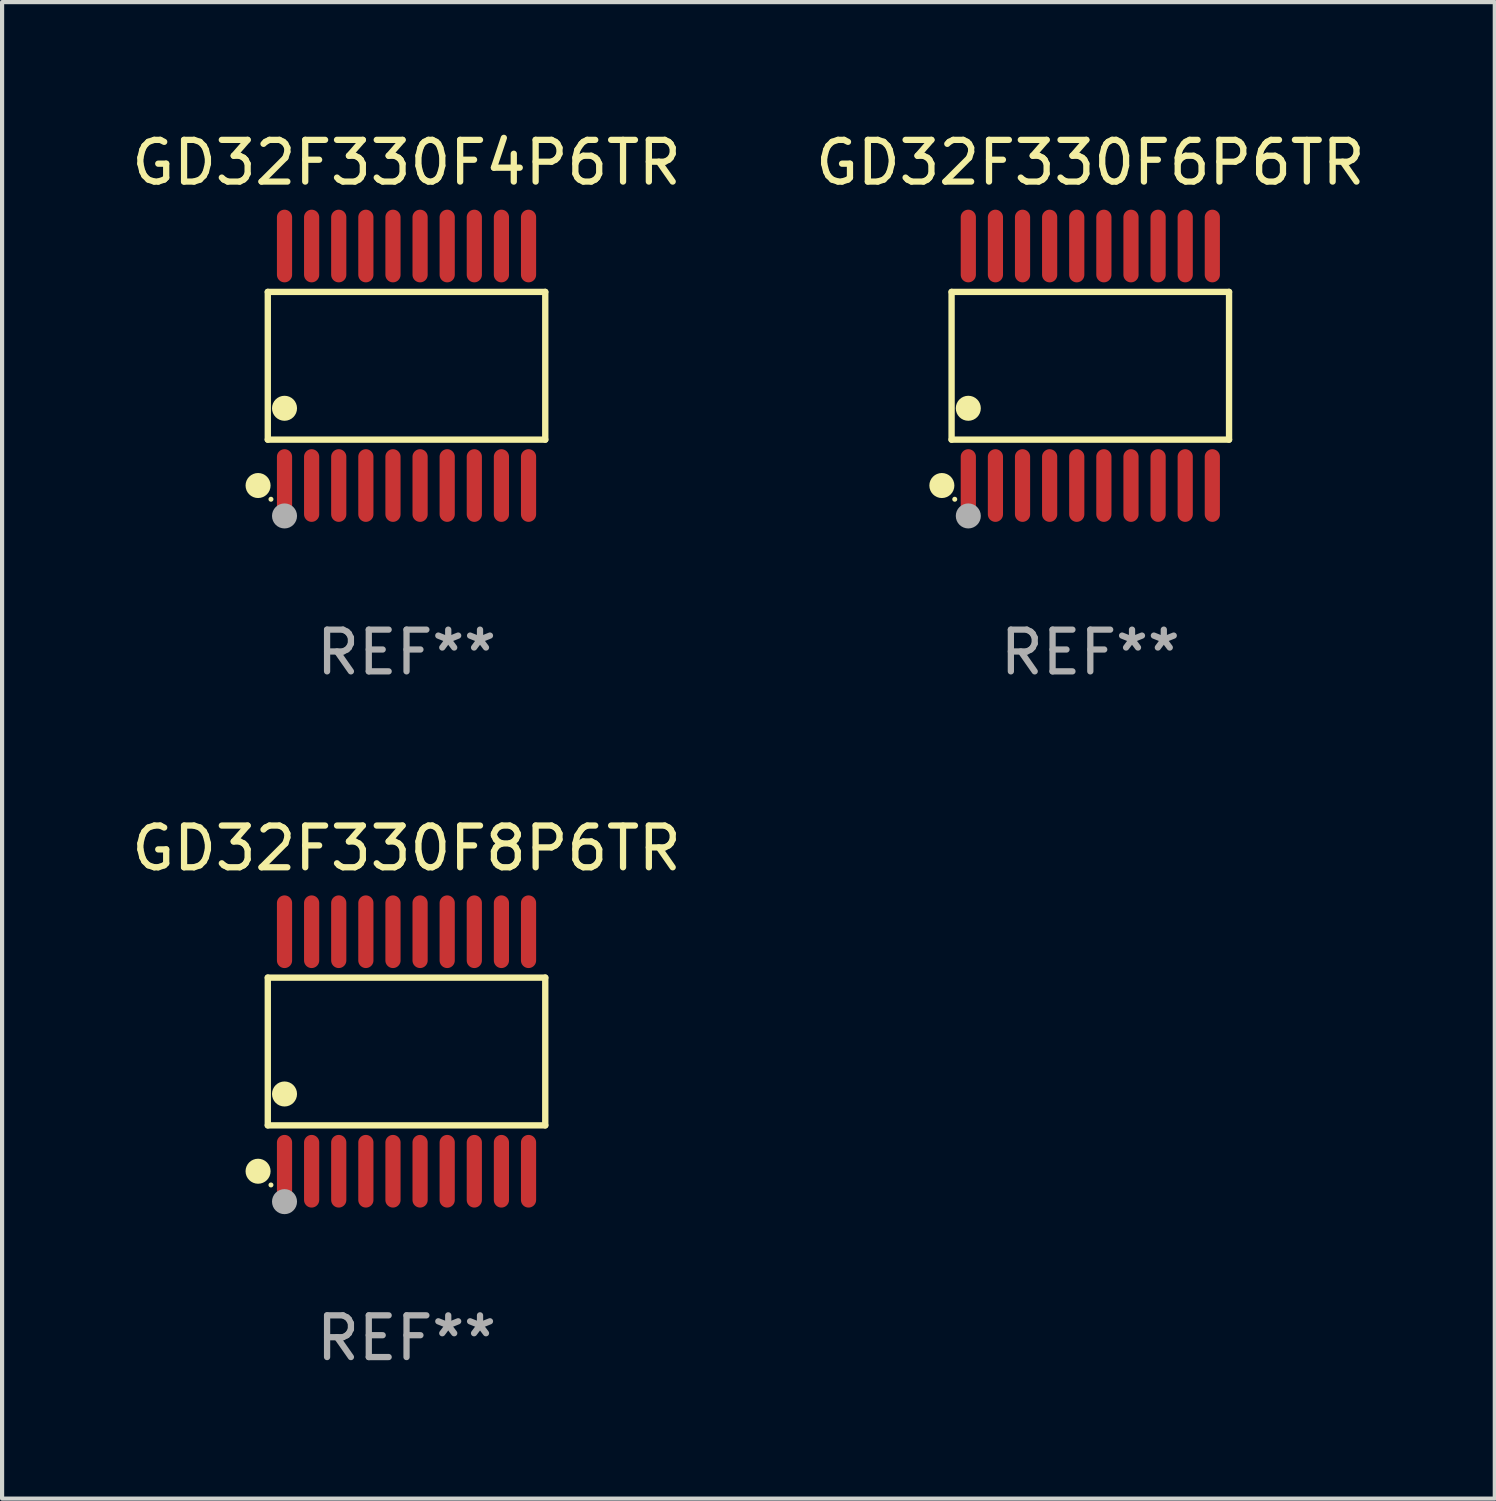
<source format=kicad_pcb>
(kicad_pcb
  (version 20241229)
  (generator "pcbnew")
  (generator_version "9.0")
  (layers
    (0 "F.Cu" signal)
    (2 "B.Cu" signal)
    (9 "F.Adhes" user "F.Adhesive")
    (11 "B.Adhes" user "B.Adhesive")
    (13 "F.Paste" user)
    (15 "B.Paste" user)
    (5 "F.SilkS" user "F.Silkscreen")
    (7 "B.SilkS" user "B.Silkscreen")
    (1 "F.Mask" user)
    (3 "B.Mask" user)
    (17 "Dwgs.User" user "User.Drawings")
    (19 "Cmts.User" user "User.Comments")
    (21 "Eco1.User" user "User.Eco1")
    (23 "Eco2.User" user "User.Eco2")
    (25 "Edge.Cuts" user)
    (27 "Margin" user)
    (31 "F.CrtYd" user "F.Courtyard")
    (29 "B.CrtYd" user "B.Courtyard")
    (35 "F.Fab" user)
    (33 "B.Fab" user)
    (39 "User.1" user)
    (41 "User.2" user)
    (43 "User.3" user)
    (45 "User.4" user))
  (footprint "GD32F330F8P6TR"
    (layer "F.Cu")
    (at 6.696 22.158)
    (property "Reference" "GD32F330F8P6TR" (at 0 -4.871 0) (layer "F.SilkS") (effects (font (size 1 1) (thickness 0.15))))
    (attr through_hole)
    (fp_line (start -3.326 -1.771) (end 3.326 -1.771) (stroke (width 0.152) (type solid)) (layer "F.SilkS"))
    (fp_line (start -3.326 1.771) (end -3.326 -1.771) (stroke (width 0.152) (type solid)) (layer "F.SilkS"))
    (fp_line (start 3.326 -1.771) (end 3.326 1.771) (stroke (width 0.152) (type solid)) (layer "F.SilkS"))
    (fp_line (start 3.326 1.771) (end -3.326 1.771) (stroke (width 0.152) (type solid)) (layer "F.SilkS"))
    (fp_circle (center -3.559 2.871) (end -3.409 2.871) (stroke (width 0.3) (type solid)) (fill no) (layer "F.SilkS"))
    (fp_circle (center -3.25 3.2) (end -3.22 3.2) (stroke (width 0.06) (type solid)) (fill no) (layer "F.SilkS"))
    (fp_circle (center -2.925 1.019) (end -2.775 1.019) (stroke (width 0.3) (type solid)) (fill no) (layer "F.SilkS"))
    (fp_circle (center -2.925 3.6) (end -2.775 3.6) (stroke (width 0.3) (type solid)) (fill no) (layer "F.Fab"))
    (fp_text user "REF**" (at 0 6.871 0) (layer "F.Fab") (effects (font (size 1 1) (thickness 0.15))))
    (pad "1" smd oval (at -2.925 2.871) (size 0.364 1.742) (layers "F.Cu" "F.Mask" "F.Paste"))
    (pad "2" smd oval (at -2.275 2.871) (size 0.364 1.742) (layers "F.Cu" "F.Mask" "F.Paste"))
    (pad "3" smd oval (at -1.625 2.871) (size 0.364 1.742) (layers "F.Cu" "F.Mask" "F.Paste"))
    (pad "4" smd oval (at -0.975 2.871) (size 0.364 1.742) (layers "F.Cu" "F.Mask" "F.Paste"))
    (pad "5" smd oval (at -0.325 2.871) (size 0.364 1.742) (layers "F.Cu" "F.Mask" "F.Paste"))
    (pad "6" smd oval (at 0.325 2.871) (size 0.364 1.742) (layers "F.Cu" "F.Mask" "F.Paste"))
    (pad "7" smd oval (at 0.975 2.871) (size 0.364 1.742) (layers "F.Cu" "F.Mask" "F.Paste"))
    (pad "8" smd oval (at 1.625 2.871) (size 0.364 1.742) (layers "F.Cu" "F.Mask" "F.Paste"))
    (pad "9" smd oval (at 2.275 2.871) (size 0.364 1.742) (layers "F.Cu" "F.Mask" "F.Paste"))
    (pad "10" smd oval (at 2.925 2.871) (size 0.364 1.742) (layers "F.Cu" "F.Mask" "F.Paste"))
    (pad "11" smd oval (at 2.925 -2.871) (size 0.364 1.742) (layers "F.Cu" "F.Mask" "F.Paste"))
    (pad "12" smd oval (at 2.275 -2.871) (size 0.364 1.742) (layers "F.Cu" "F.Mask" "F.Paste"))
    (pad "13" smd oval (at 1.625 -2.871) (size 0.364 1.742) (layers "F.Cu" "F.Mask" "F.Paste"))
    (pad "14" smd oval (at 0.975 -2.871) (size 0.364 1.742) (layers "F.Cu" "F.Mask" "F.Paste"))
    (pad "15" smd oval (at 0.325 -2.871) (size 0.364 1.742) (layers "F.Cu" "F.Mask" "F.Paste"))
    (pad "16" smd oval (at -0.325 -2.871) (size 0.364 1.742) (layers "F.Cu" "F.Mask" "F.Paste"))
    (pad "17" smd oval (at -0.975 -2.871) (size 0.364 1.742) (layers "F.Cu" "F.Mask" "F.Paste"))
    (pad "18" smd oval (at -1.625 -2.871) (size 0.364 1.742) (layers "F.Cu" "F.Mask" "F.Paste"))
    (pad "19" smd oval (at -2.275 -2.871) (size 0.364 1.742) (layers "F.Cu" "F.Mask" "F.Paste"))
    (pad "20" smd oval (at -2.925 -2.871) (size 0.364 1.742) (layers "F.Cu" "F.Mask" "F.Paste")))
  (footprint "GD32F330F6P6TR"
    (layer "F.Cu")
    (at 23.089 5.719)
    (property "Reference" "GD32F330F6P6TR" (at 0 -4.871 0) (layer "F.SilkS") (effects (font (size 1 1) (thickness 0.15))))
    (attr through_hole)
    (fp_line (start -3.326 -1.771) (end 3.326 -1.771) (stroke (width 0.152) (type solid)) (layer "F.SilkS"))
    (fp_line (start -3.326 1.771) (end -3.326 -1.771) (stroke (width 0.152) (type solid)) (layer "F.SilkS"))
    (fp_line (start 3.326 -1.771) (end 3.326 1.771) (stroke (width 0.152) (type solid)) (layer "F.SilkS"))
    (fp_line (start 3.326 1.771) (end -3.326 1.771) (stroke (width 0.152) (type solid)) (layer "F.SilkS"))
    (fp_circle (center -3.559 2.871) (end -3.409 2.871) (stroke (width 0.3) (type solid)) (fill no) (layer "F.SilkS"))
    (fp_circle (center -3.25 3.2) (end -3.22 3.2) (stroke (width 0.06) (type solid)) (fill no) (layer "F.SilkS"))
    (fp_circle (center -2.925 1.019) (end -2.775 1.019) (stroke (width 0.3) (type solid)) (fill no) (layer "F.SilkS"))
    (fp_circle (center -2.925 3.6) (end -2.775 3.6) (stroke (width 0.3) (type solid)) (fill no) (layer "F.Fab"))
    (fp_text user "REF**" (at 0 6.871 0) (layer "F.Fab") (effects (font (size 1 1) (thickness 0.15))))
    (pad "1" smd oval (at -2.925 2.871) (size 0.364 1.742) (layers "F.Cu" "F.Mask" "F.Paste"))
    (pad "2" smd oval (at -2.275 2.871) (size 0.364 1.742) (layers "F.Cu" "F.Mask" "F.Paste"))
    (pad "3" smd oval (at -1.625 2.871) (size 0.364 1.742) (layers "F.Cu" "F.Mask" "F.Paste"))
    (pad "4" smd oval (at -0.975 2.871) (size 0.364 1.742) (layers "F.Cu" "F.Mask" "F.Paste"))
    (pad "5" smd oval (at -0.325 2.871) (size 0.364 1.742) (layers "F.Cu" "F.Mask" "F.Paste"))
    (pad "6" smd oval (at 0.325 2.871) (size 0.364 1.742) (layers "F.Cu" "F.Mask" "F.Paste"))
    (pad "7" smd oval (at 0.975 2.871) (size 0.364 1.742) (layers "F.Cu" "F.Mask" "F.Paste"))
    (pad "8" smd oval (at 1.625 2.871) (size 0.364 1.742) (layers "F.Cu" "F.Mask" "F.Paste"))
    (pad "9" smd oval (at 2.275 2.871) (size 0.364 1.742) (layers "F.Cu" "F.Mask" "F.Paste"))
    (pad "10" smd oval (at 2.925 2.871) (size 0.364 1.742) (layers "F.Cu" "F.Mask" "F.Paste"))
    (pad "11" smd oval (at 2.925 -2.871) (size 0.364 1.742) (layers "F.Cu" "F.Mask" "F.Paste"))
    (pad "12" smd oval (at 2.275 -2.871) (size 0.364 1.742) (layers "F.Cu" "F.Mask" "F.Paste"))
    (pad "13" smd oval (at 1.625 -2.871) (size 0.364 1.742) (layers "F.Cu" "F.Mask" "F.Paste"))
    (pad "14" smd oval (at 0.975 -2.871) (size 0.364 1.742) (layers "F.Cu" "F.Mask" "F.Paste"))
    (pad "15" smd oval (at 0.325 -2.871) (size 0.364 1.742) (layers "F.Cu" "F.Mask" "F.Paste"))
    (pad "16" smd oval (at -0.325 -2.871) (size 0.364 1.742) (layers "F.Cu" "F.Mask" "F.Paste"))
    (pad "17" smd oval (at -0.975 -2.871) (size 0.364 1.742) (layers "F.Cu" "F.Mask" "F.Paste"))
    (pad "18" smd oval (at -1.625 -2.871) (size 0.364 1.742) (layers "F.Cu" "F.Mask" "F.Paste"))
    (pad "19" smd oval (at -2.275 -2.871) (size 0.364 1.742) (layers "F.Cu" "F.Mask" "F.Paste"))
    (pad "20" smd oval (at -2.925 -2.871) (size 0.364 1.742) (layers "F.Cu" "F.Mask" "F.Paste")))
  (footprint "GD32F330F4P6TR"
    (layer "F.Cu")
    (at 6.696 5.719)
    (property "Reference" "GD32F330F4P6TR" (at 0 -4.871 0) (layer "F.SilkS") (effects (font (size 1 1) (thickness 0.15))))
    (attr through_hole)
    (fp_line (start -3.326 -1.771) (end 3.326 -1.771) (stroke (width 0.152) (type solid)) (layer "F.SilkS"))
    (fp_line (start -3.326 1.771) (end -3.326 -1.771) (stroke (width 0.152) (type solid)) (layer "F.SilkS"))
    (fp_line (start 3.326 -1.771) (end 3.326 1.771) (stroke (width 0.152) (type solid)) (layer "F.SilkS"))
    (fp_line (start 3.326 1.771) (end -3.326 1.771) (stroke (width 0.152) (type solid)) (layer "F.SilkS"))
    (fp_circle (center -3.559 2.871) (end -3.409 2.871) (stroke (width 0.3) (type solid)) (fill no) (layer "F.SilkS"))
    (fp_circle (center -3.25 3.2) (end -3.22 3.2) (stroke (width 0.06) (type solid)) (fill no) (layer "F.SilkS"))
    (fp_circle (center -2.925 1.019) (end -2.775 1.019) (stroke (width 0.3) (type solid)) (fill no) (layer "F.SilkS"))
    (fp_circle (center -2.925 3.6) (end -2.775 3.6) (stroke (width 0.3) (type solid)) (fill no) (layer "F.Fab"))
    (fp_text user "REF**" (at 0 6.871 0) (layer "F.Fab") (effects (font (size 1 1) (thickness 0.15))))
    (pad "1" smd oval (at -2.925 2.871) (size 0.364 1.742) (layers "F.Cu" "F.Mask" "F.Paste"))
    (pad "2" smd oval (at -2.275 2.871) (size 0.364 1.742) (layers "F.Cu" "F.Mask" "F.Paste"))
    (pad "3" smd oval (at -1.625 2.871) (size 0.364 1.742) (layers "F.Cu" "F.Mask" "F.Paste"))
    (pad "4" smd oval (at -0.975 2.871) (size 0.364 1.742) (layers "F.Cu" "F.Mask" "F.Paste"))
    (pad "5" smd oval (at -0.325 2.871) (size 0.364 1.742) (layers "F.Cu" "F.Mask" "F.Paste"))
    (pad "6" smd oval (at 0.325 2.871) (size 0.364 1.742) (layers "F.Cu" "F.Mask" "F.Paste"))
    (pad "7" smd oval (at 0.975 2.871) (size 0.364 1.742) (layers "F.Cu" "F.Mask" "F.Paste"))
    (pad "8" smd oval (at 1.625 2.871) (size 0.364 1.742) (layers "F.Cu" "F.Mask" "F.Paste"))
    (pad "9" smd oval (at 2.275 2.871) (size 0.364 1.742) (layers "F.Cu" "F.Mask" "F.Paste"))
    (pad "10" smd oval (at 2.925 2.871) (size 0.364 1.742) (layers "F.Cu" "F.Mask" "F.Paste"))
    (pad "11" smd oval (at 2.925 -2.871) (size 0.364 1.742) (layers "F.Cu" "F.Mask" "F.Paste"))
    (pad "12" smd oval (at 2.275 -2.871) (size 0.364 1.742) (layers "F.Cu" "F.Mask" "F.Paste"))
    (pad "13" smd oval (at 1.625 -2.871) (size 0.364 1.742) (layers "F.Cu" "F.Mask" "F.Paste"))
    (pad "14" smd oval (at 0.975 -2.871) (size 0.364 1.742) (layers "F.Cu" "F.Mask" "F.Paste"))
    (pad "15" smd oval (at 0.325 -2.871) (size 0.364 1.742) (layers "F.Cu" "F.Mask" "F.Paste"))
    (pad "16" smd oval (at -0.325 -2.871) (size 0.364 1.742) (layers "F.Cu" "F.Mask" "F.Paste"))
    (pad "17" smd oval (at -0.975 -2.871) (size 0.364 1.742) (layers "F.Cu" "F.Mask" "F.Paste"))
    (pad "18" smd oval (at -1.625 -2.871) (size 0.364 1.742) (layers "F.Cu" "F.Mask" "F.Paste"))
    (pad "19" smd oval (at -2.275 -2.871) (size 0.364 1.742) (layers "F.Cu" "F.Mask" "F.Paste"))
    (pad "20" smd oval (at -2.925 -2.871) (size 0.364 1.742) (layers "F.Cu" "F.Mask" "F.Paste")))
  (gr_rect
    (start -3 -3)
    (end 32.786 32.877)
    (stroke (width 0.1) (type default))
    (fill no)
    (layer "Edge.Cuts")))
</source>
